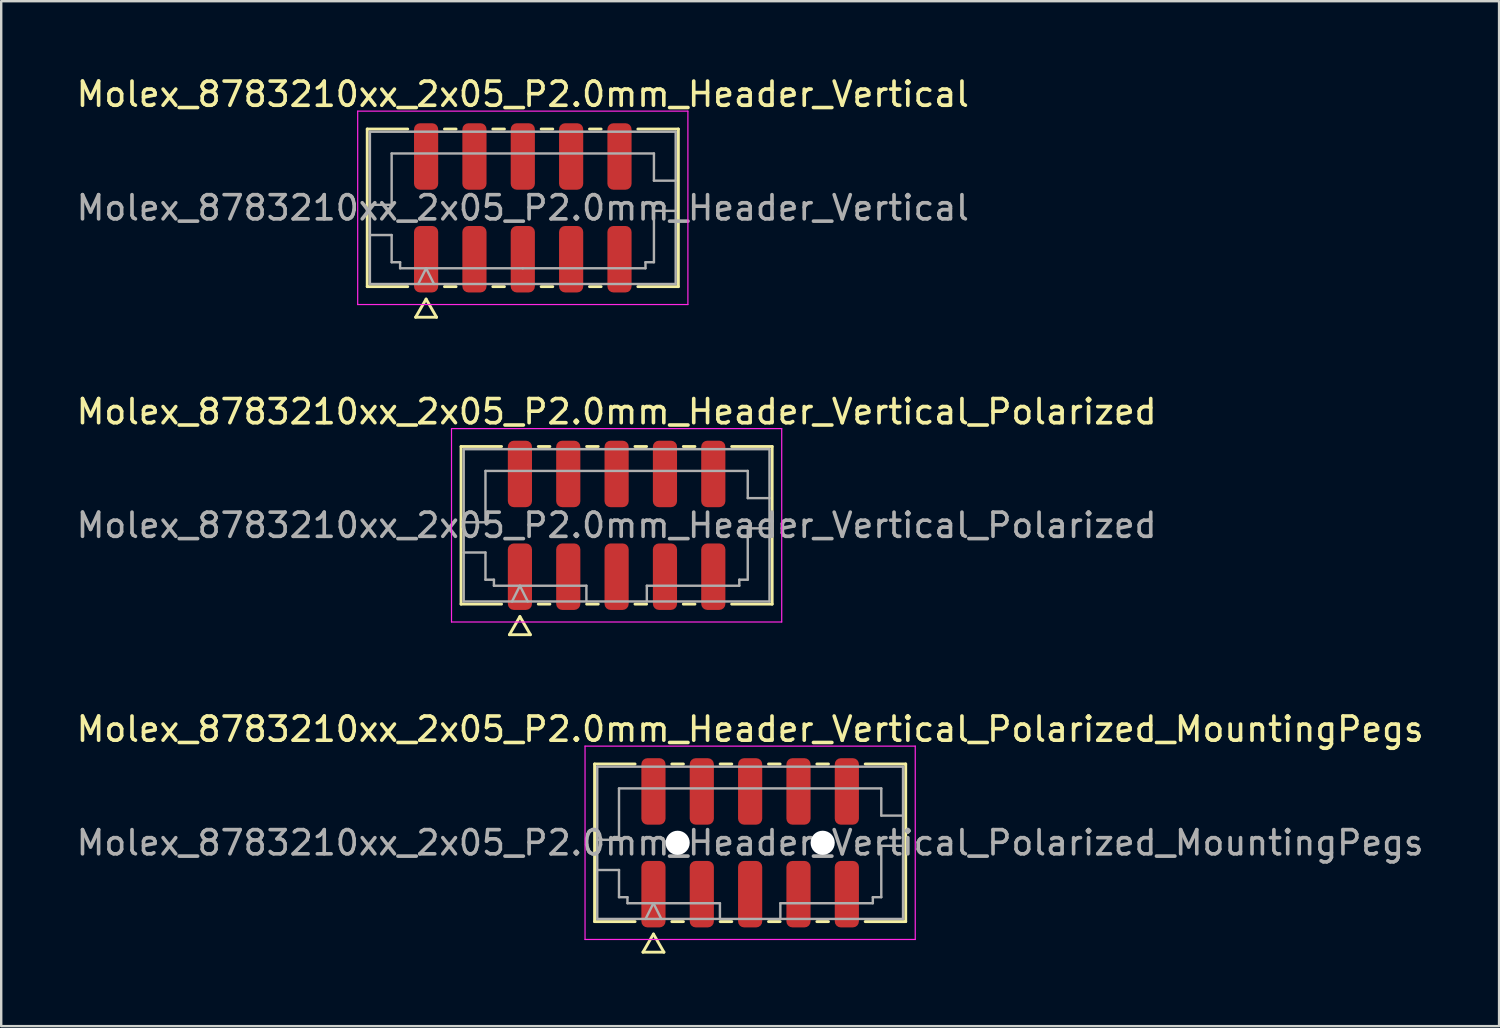
<source format=kicad_pcb>
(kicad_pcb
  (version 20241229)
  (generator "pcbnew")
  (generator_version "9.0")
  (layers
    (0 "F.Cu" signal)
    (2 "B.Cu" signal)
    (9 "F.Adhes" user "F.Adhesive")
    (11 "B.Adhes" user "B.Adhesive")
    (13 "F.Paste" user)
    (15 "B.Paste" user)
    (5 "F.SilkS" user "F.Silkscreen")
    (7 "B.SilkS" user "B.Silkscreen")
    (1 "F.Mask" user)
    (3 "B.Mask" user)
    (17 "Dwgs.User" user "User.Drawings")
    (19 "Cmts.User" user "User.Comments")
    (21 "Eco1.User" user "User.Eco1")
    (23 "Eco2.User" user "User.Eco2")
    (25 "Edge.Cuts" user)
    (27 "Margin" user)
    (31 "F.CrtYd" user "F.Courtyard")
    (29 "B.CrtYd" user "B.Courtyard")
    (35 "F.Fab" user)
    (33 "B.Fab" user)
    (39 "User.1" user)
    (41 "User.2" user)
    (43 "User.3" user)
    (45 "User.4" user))
  (footprint "Molex_8783210xx_2x05_P2.0mm_Header_Vertical_Polarized_MountingPegs"
    (layer "F.Cu")
    (at 27.982 31.815)
    (property "Reference" "Molex_8783210xx_2x05_P2.0mm_Header_Vertical_Polarized_MountingPegs" (at 0 -4.7 0) (layer "F.SilkS") (effects (font (size 1 1) (thickness 0.15))))
    (attr smd)
    (fp_line (start -6.435 -3.26) (end -4.76 -3.26) (stroke (width 0.12) (type solid)) (layer "F.SilkS"))
    (fp_line (start -6.435 3.26) (end -6.435 -3.26) (stroke (width 0.12) (type solid)) (layer "F.SilkS"))
    (fp_line (start -4.76 3.26) (end -6.435 3.26) (stroke (width 0.12) (type solid)) (layer "F.SilkS"))
    (fp_line (start -4.433 4.525) (end -4 3.775) (stroke (width 0.12) (type solid)) (layer "F.SilkS"))
    (fp_line (start -4 3.775) (end -3.567 4.525) (stroke (width 0.12) (type solid)) (layer "F.SilkS"))
    (fp_line (start -3.567 4.525) (end -4.433 4.525) (stroke (width 0.12) (type solid)) (layer "F.SilkS"))
    (fp_line (start -3.24 -3.26) (end -2.76 -3.26) (stroke (width 0.12) (type solid)) (layer "F.SilkS"))
    (fp_line (start -2.76 3.26) (end -3.24 3.26) (stroke (width 0.12) (type solid)) (layer "F.SilkS"))
    (fp_line (start -1.24 -3.26) (end -0.76 -3.26) (stroke (width 0.12) (type solid)) (layer "F.SilkS"))
    (fp_line (start -0.76 3.26) (end -1.24 3.26) (stroke (width 0.12) (type solid)) (layer "F.SilkS"))
    (fp_line (start 0.76 -3.26) (end 1.24 -3.26) (stroke (width 0.12) (type solid)) (layer "F.SilkS"))
    (fp_line (start 1.24 3.26) (end 0.76 3.26) (stroke (width 0.12) (type solid)) (layer "F.SilkS"))
    (fp_line (start 2.76 -3.26) (end 3.24 -3.26) (stroke (width 0.12) (type solid)) (layer "F.SilkS"))
    (fp_line (start 3.24 3.26) (end 2.76 3.26) (stroke (width 0.12) (type solid)) (layer "F.SilkS"))
    (fp_line (start 4.76 -3.26) (end 6.435 -3.26) (stroke (width 0.12) (type solid)) (layer "F.SilkS"))
    (fp_line (start 6.435 -3.26) (end 6.435 3.26) (stroke (width 0.12) (type solid)) (layer "F.SilkS"))
    (fp_line (start 6.435 3.26) (end 4.76 3.26) (stroke (width 0.12) (type solid)) (layer "F.SilkS"))
    (fp_line (start -6.83 -4) (end -6.83 4) (stroke (width 0.05) (type solid)) (layer "F.CrtYd"))
    (fp_line (start -6.83 4) (end 6.83 4) (stroke (width 0.05) (type solid)) (layer "F.CrtYd"))
    (fp_line (start 6.83 -4) (end -6.83 -4) (stroke (width 0.05) (type solid)) (layer "F.CrtYd"))
    (fp_line (start 6.83 4) (end 6.83 -4) (stroke (width 0.05) (type solid)) (layer "F.CrtYd"))
    (fp_line (start -6.325 -3.15) (end 6.325 -3.15) (stroke (width 0.1) (type solid)) (layer "F.Fab"))
    (fp_line (start -6.325 -0.125) (end -5.425 -0.125) (stroke (width 0.1) (type solid)) (layer "F.Fab"))
    (fp_line (start -6.325 1.125) (end -5.425 1.125) (stroke (width 0.1) (type solid)) (layer "F.Fab"))
    (fp_line (start -6.325 3.15) (end -6.325 -3.15) (stroke (width 0.1) (type solid)) (layer "F.Fab"))
    (fp_line (start -5.425 -2.25) (end 5.425 -2.25) (stroke (width 0.1) (type solid)) (layer "F.Fab"))
    (fp_line (start -5.425 -0.125) (end -5.425 -2.25) (stroke (width 0.1) (type solid)) (layer "F.Fab"))
    (fp_line (start -5.425 1.125) (end -5.425 2.25) (stroke (width 0.1) (type solid)) (layer "F.Fab"))
    (fp_line (start -5.425 2.25) (end -5.075 2.25) (stroke (width 0.1) (type solid)) (layer "F.Fab"))
    (fp_line (start -5.075 2.25) (end -5.075 2.5) (stroke (width 0.1) (type solid)) (layer "F.Fab"))
    (fp_line (start -5.075 2.5) (end -1.25 2.5) (stroke (width 0.1) (type solid)) (layer "F.Fab"))
    (fp_line (start -4.325 3.15) (end -4 2.5) (stroke (width 0.1) (type solid)) (layer "F.Fab"))
    (fp_line (start -4 2.5) (end -3.675 3.15) (stroke (width 0.1) (type solid)) (layer "F.Fab"))
    (fp_line (start -1.25 2.5) (end -1.25 3.15) (stroke (width 0.1) (type solid)) (layer "F.Fab"))
    (fp_line (start 1.25 2.5) (end 1.25 3.15) (stroke (width 0.1) (type solid)) (layer "F.Fab"))
    (fp_line (start 1.25 2.5) (end 5.075 2.5) (stroke (width 0.1) (type solid)) (layer "F.Fab"))
    (fp_line (start 5.075 2.25) (end 5.425 2.25) (stroke (width 0.1) (type solid)) (layer "F.Fab"))
    (fp_line (start 5.075 2.5) (end 5.075 2.25) (stroke (width 0.1) (type solid)) (layer "F.Fab"))
    (fp_line (start 5.425 -2.25) (end 5.425 -1.125) (stroke (width 0.1) (type solid)) (layer "F.Fab"))
    (fp_line (start 5.425 -1.125) (end 6.325 -1.125) (stroke (width 0.1) (type solid)) (layer "F.Fab"))
    (fp_line (start 5.425 0.125) (end 6.325 0.125) (stroke (width 0.1) (type solid)) (layer "F.Fab"))
    (fp_line (start 5.425 2.25) (end 5.425 0.125) (stroke (width 0.1) (type solid)) (layer "F.Fab"))
    (fp_line (start 6.325 -3.15) (end 6.325 3.15) (stroke (width 0.1) (type solid)) (layer "F.Fab"))
    (fp_line (start 6.325 3.15) (end -6.325 3.15) (stroke (width 0.1) (type solid)) (layer "F.Fab"))
    (fp_text user "${REFERENCE}" (at 0 0 0) (layer "F.Fab") (effects (font (size 1 1) (thickness 0.15))))
    (pad "" np_thru_hole circle (at -3 0) (size 1 1) (drill 1) (layers "*.Cu" "*.Mask"))
    (pad "" np_thru_hole circle (at 3 0) (size 1 1) (drill 1) (layers "*.Cu" "*.Mask"))
    (pad "1" smd roundrect (at -4 2.125) (size 1 2.75) (layers "F.Cu" "F.Mask" "F.Paste") (roundrect_rratio 0.25))
    (pad "2" smd roundrect (at -4 -2.125) (size 1 2.75) (layers "F.Cu" "F.Mask" "F.Paste") (roundrect_rratio 0.25))
    (pad "3" smd roundrect (at -2 2.125) (size 1 2.75) (layers "F.Cu" "F.Mask" "F.Paste") (roundrect_rratio 0.25))
    (pad "4" smd roundrect (at -2 -2.125) (size 1 2.75) (layers "F.Cu" "F.Mask" "F.Paste") (roundrect_rratio 0.25))
    (pad "5" smd roundrect (at 0 2.125) (size 1 2.75) (layers "F.Cu" "F.Mask" "F.Paste") (roundrect_rratio 0.25))
    (pad "6" smd roundrect (at 0 -2.125) (size 1 2.75) (layers "F.Cu" "F.Mask" "F.Paste") (roundrect_rratio 0.25))
    (pad "7" smd roundrect (at 2 2.125) (size 1 2.75) (layers "F.Cu" "F.Mask" "F.Paste") (roundrect_rratio 0.25))
    (pad "8" smd roundrect (at 2 -2.125) (size 1 2.75) (layers "F.Cu" "F.Mask" "F.Paste") (roundrect_rratio 0.25))
    (pad "9" smd roundrect (at 4 2.125) (size 1 2.75) (layers "F.Cu" "F.Mask" "F.Paste") (roundrect_rratio 0.25))
    (pad "10" smd roundrect (at 4 -2.125) (size 1 2.75) (layers "F.Cu" "F.Mask" "F.Paste") (roundrect_rratio 0.25)))
  (footprint "Molex_8783210xx_2x05_P2.0mm_Header_Vertical"
    (layer "F.Cu")
    (at 18.577 5.548)
    (property "Reference" "Molex_8783210xx_2x05_P2.0mm_Header_Vertical" (at 0 -4.7 0) (layer "F.SilkS") (effects (font (size 1 1) (thickness 0.15))))
    (attr smd)
    (fp_line (start -6.435 -3.26) (end -4.76 -3.26) (stroke (width 0.12) (type solid)) (layer "F.SilkS"))
    (fp_line (start -6.435 3.26) (end -6.435 -3.26) (stroke (width 0.12) (type solid)) (layer "F.SilkS"))
    (fp_line (start -4.76 3.26) (end -6.435 3.26) (stroke (width 0.12) (type solid)) (layer "F.SilkS"))
    (fp_line (start -4.433 4.525) (end -4 3.775) (stroke (width 0.12) (type solid)) (layer "F.SilkS"))
    (fp_line (start -4 3.775) (end -3.567 4.525) (stroke (width 0.12) (type solid)) (layer "F.SilkS"))
    (fp_line (start -3.567 4.525) (end -4.433 4.525) (stroke (width 0.12) (type solid)) (layer "F.SilkS"))
    (fp_line (start -3.24 -3.26) (end -2.76 -3.26) (stroke (width 0.12) (type solid)) (layer "F.SilkS"))
    (fp_line (start -2.76 3.26) (end -3.24 3.26) (stroke (width 0.12) (type solid)) (layer "F.SilkS"))
    (fp_line (start -1.24 -3.26) (end -0.76 -3.26) (stroke (width 0.12) (type solid)) (layer "F.SilkS"))
    (fp_line (start -0.76 3.26) (end -1.24 3.26) (stroke (width 0.12) (type solid)) (layer "F.SilkS"))
    (fp_line (start 0.76 -3.26) (end 1.24 -3.26) (stroke (width 0.12) (type solid)) (layer "F.SilkS"))
    (fp_line (start 1.24 3.26) (end 0.76 3.26) (stroke (width 0.12) (type solid)) (layer "F.SilkS"))
    (fp_line (start 2.76 -3.26) (end 3.24 -3.26) (stroke (width 0.12) (type solid)) (layer "F.SilkS"))
    (fp_line (start 3.24 3.26) (end 2.76 3.26) (stroke (width 0.12) (type solid)) (layer "F.SilkS"))
    (fp_line (start 4.76 -3.26) (end 6.435 -3.26) (stroke (width 0.12) (type solid)) (layer "F.SilkS"))
    (fp_line (start 6.435 -3.26) (end 6.435 3.26) (stroke (width 0.12) (type solid)) (layer "F.SilkS"))
    (fp_line (start 6.435 3.26) (end 4.76 3.26) (stroke (width 0.12) (type solid)) (layer "F.SilkS"))
    (fp_line (start -6.83 -4) (end -6.83 4) (stroke (width 0.05) (type solid)) (layer "F.CrtYd"))
    (fp_line (start -6.83 4) (end 6.83 4) (stroke (width 0.05) (type solid)) (layer "F.CrtYd"))
    (fp_line (start 6.83 -4) (end -6.83 -4) (stroke (width 0.05) (type solid)) (layer "F.CrtYd"))
    (fp_line (start 6.83 4) (end 6.83 -4) (stroke (width 0.05) (type solid)) (layer "F.CrtYd"))
    (fp_line (start -6.325 -3.15) (end 6.325 -3.15) (stroke (width 0.1) (type solid)) (layer "F.Fab"))
    (fp_line (start -6.325 -0.125) (end -5.425 -0.125) (stroke (width 0.1) (type solid)) (layer "F.Fab"))
    (fp_line (start -6.325 1.125) (end -5.425 1.125) (stroke (width 0.1) (type solid)) (layer "F.Fab"))
    (fp_line (start -6.325 3.15) (end -6.325 -3.15) (stroke (width 0.1) (type solid)) (layer "F.Fab"))
    (fp_line (start -5.425 -2.25) (end 5.425 -2.25) (stroke (width 0.1) (type solid)) (layer "F.Fab"))
    (fp_line (start -5.425 -0.125) (end -5.425 -2.25) (stroke (width 0.1) (type solid)) (layer "F.Fab"))
    (fp_line (start -5.425 1.125) (end -5.425 2.25) (stroke (width 0.1) (type solid)) (layer "F.Fab"))
    (fp_line (start -5.425 2.25) (end -5.075 2.25) (stroke (width 0.1) (type solid)) (layer "F.Fab"))
    (fp_line (start -5.075 2.25) (end -5.075 2.5) (stroke (width 0.1) (type solid)) (layer "F.Fab"))
    (fp_line (start -5.075 2.5) (end 0 2.5) (stroke (width 0.1) (type solid)) (layer "F.Fab"))
    (fp_line (start -4.325 3.15) (end -4 2.5) (stroke (width 0.1) (type solid)) (layer "F.Fab"))
    (fp_line (start -4 2.5) (end -3.675 3.15) (stroke (width 0.1) (type solid)) (layer "F.Fab"))
    (fp_line (start 0 2.5) (end 5.075 2.5) (stroke (width 0.1) (type solid)) (layer "F.Fab"))
    (fp_line (start 5.075 2.25) (end 5.425 2.25) (stroke (width 0.1) (type solid)) (layer "F.Fab"))
    (fp_line (start 5.075 2.5) (end 5.075 2.25) (stroke (width 0.1) (type solid)) (layer "F.Fab"))
    (fp_line (start 5.425 -2.25) (end 5.425 -1.125) (stroke (width 0.1) (type solid)) (layer "F.Fab"))
    (fp_line (start 5.425 -1.125) (end 6.325 -1.125) (stroke (width 0.1) (type solid)) (layer "F.Fab"))
    (fp_line (start 5.425 0.125) (end 6.325 0.125) (stroke (width 0.1) (type solid)) (layer "F.Fab"))
    (fp_line (start 5.425 2.25) (end 5.425 0.125) (stroke (width 0.1) (type solid)) (layer "F.Fab"))
    (fp_line (start 6.325 -3.15) (end 6.325 3.15) (stroke (width 0.1) (type solid)) (layer "F.Fab"))
    (fp_line (start 6.325 3.15) (end -6.325 3.15) (stroke (width 0.1) (type solid)) (layer "F.Fab"))
    (fp_text user "${REFERENCE}" (at 0 0 0) (layer "F.Fab") (effects (font (size 1 1) (thickness 0.15))))
    (pad "1" smd roundrect (at -4 2.125) (size 1 2.75) (layers "F.Cu" "F.Mask" "F.Paste") (roundrect_rratio 0.25))
    (pad "2" smd roundrect (at -4 -2.125) (size 1 2.75) (layers "F.Cu" "F.Mask" "F.Paste") (roundrect_rratio 0.25))
    (pad "3" smd roundrect (at -2 2.125) (size 1 2.75) (layers "F.Cu" "F.Mask" "F.Paste") (roundrect_rratio 0.25))
    (pad "4" smd roundrect (at -2 -2.125) (size 1 2.75) (layers "F.Cu" "F.Mask" "F.Paste") (roundrect_rratio 0.25))
    (pad "5" smd roundrect (at 0 2.125) (size 1 2.75) (layers "F.Cu" "F.Mask" "F.Paste") (roundrect_rratio 0.25))
    (pad "6" smd roundrect (at 0 -2.125) (size 1 2.75) (layers "F.Cu" "F.Mask" "F.Paste") (roundrect_rratio 0.25))
    (pad "7" smd roundrect (at 2 2.125) (size 1 2.75) (layers "F.Cu" "F.Mask" "F.Paste") (roundrect_rratio 0.25))
    (pad "8" smd roundrect (at 2 -2.125) (size 1 2.75) (layers "F.Cu" "F.Mask" "F.Paste") (roundrect_rratio 0.25))
    (pad "9" smd roundrect (at 4 2.125) (size 1 2.75) (layers "F.Cu" "F.Mask" "F.Paste") (roundrect_rratio 0.25))
    (pad "10" smd roundrect (at 4 -2.125) (size 1 2.75) (layers "F.Cu" "F.Mask" "F.Paste") (roundrect_rratio 0.25)))
  (footprint "Molex_8783210xx_2x05_P2.0mm_Header_Vertical_Polarized"
    (layer "F.Cu")
    (at 22.458 18.681)
    (property "Reference" "Molex_8783210xx_2x05_P2.0mm_Header_Vertical_Polarized" (at 0 -4.7 0) (layer "F.SilkS") (effects (font (size 1 1) (thickness 0.15))))
    (attr smd)
    (fp_line (start -6.435 -3.26) (end -4.76 -3.26) (stroke (width 0.12) (type solid)) (layer "F.SilkS"))
    (fp_line (start -6.435 3.26) (end -6.435 -3.26) (stroke (width 0.12) (type solid)) (layer "F.SilkS"))
    (fp_line (start -4.76 3.26) (end -6.435 3.26) (stroke (width 0.12) (type solid)) (layer "F.SilkS"))
    (fp_line (start -4.433 4.525) (end -4 3.775) (stroke (width 0.12) (type solid)) (layer "F.SilkS"))
    (fp_line (start -4 3.775) (end -3.567 4.525) (stroke (width 0.12) (type solid)) (layer "F.SilkS"))
    (fp_line (start -3.567 4.525) (end -4.433 4.525) (stroke (width 0.12) (type solid)) (layer "F.SilkS"))
    (fp_line (start -3.24 -3.26) (end -2.76 -3.26) (stroke (width 0.12) (type solid)) (layer "F.SilkS"))
    (fp_line (start -2.76 3.26) (end -3.24 3.26) (stroke (width 0.12) (type solid)) (layer "F.SilkS"))
    (fp_line (start -1.24 -3.26) (end -0.76 -3.26) (stroke (width 0.12) (type solid)) (layer "F.SilkS"))
    (fp_line (start -0.76 3.26) (end -1.24 3.26) (stroke (width 0.12) (type solid)) (layer "F.SilkS"))
    (fp_line (start 0.76 -3.26) (end 1.24 -3.26) (stroke (width 0.12) (type solid)) (layer "F.SilkS"))
    (fp_line (start 1.24 3.26) (end 0.76 3.26) (stroke (width 0.12) (type solid)) (layer "F.SilkS"))
    (fp_line (start 2.76 -3.26) (end 3.24 -3.26) (stroke (width 0.12) (type solid)) (layer "F.SilkS"))
    (fp_line (start 3.24 3.26) (end 2.76 3.26) (stroke (width 0.12) (type solid)) (layer "F.SilkS"))
    (fp_line (start 4.76 -3.26) (end 6.435 -3.26) (stroke (width 0.12) (type solid)) (layer "F.SilkS"))
    (fp_line (start 6.435 -3.26) (end 6.435 3.26) (stroke (width 0.12) (type solid)) (layer "F.SilkS"))
    (fp_line (start 6.435 3.26) (end 4.76 3.26) (stroke (width 0.12) (type solid)) (layer "F.SilkS"))
    (fp_line (start -6.83 -4) (end -6.83 4) (stroke (width 0.05) (type solid)) (layer "F.CrtYd"))
    (fp_line (start -6.83 4) (end 6.83 4) (stroke (width 0.05) (type solid)) (layer "F.CrtYd"))
    (fp_line (start 6.83 -4) (end -6.83 -4) (stroke (width 0.05) (type solid)) (layer "F.CrtYd"))
    (fp_line (start 6.83 4) (end 6.83 -4) (stroke (width 0.05) (type solid)) (layer "F.CrtYd"))
    (fp_line (start -6.325 -3.15) (end 6.325 -3.15) (stroke (width 0.1) (type solid)) (layer "F.Fab"))
    (fp_line (start -6.325 -0.125) (end -5.425 -0.125) (stroke (width 0.1) (type solid)) (layer "F.Fab"))
    (fp_line (start -6.325 1.125) (end -5.425 1.125) (stroke (width 0.1) (type solid)) (layer "F.Fab"))
    (fp_line (start -6.325 3.15) (end -6.325 -3.15) (stroke (width 0.1) (type solid)) (layer "F.Fab"))
    (fp_line (start -5.425 -2.25) (end 5.425 -2.25) (stroke (width 0.1) (type solid)) (layer "F.Fab"))
    (fp_line (start -5.425 -0.125) (end -5.425 -2.25) (stroke (width 0.1) (type solid)) (layer "F.Fab"))
    (fp_line (start -5.425 1.125) (end -5.425 2.25) (stroke (width 0.1) (type solid)) (layer "F.Fab"))
    (fp_line (start -5.425 2.25) (end -5.075 2.25) (stroke (width 0.1) (type solid)) (layer "F.Fab"))
    (fp_line (start -5.075 2.25) (end -5.075 2.5) (stroke (width 0.1) (type solid)) (layer "F.Fab"))
    (fp_line (start -5.075 2.5) (end -1.25 2.5) (stroke (width 0.1) (type solid)) (layer "F.Fab"))
    (fp_line (start -4.325 3.15) (end -4 2.5) (stroke (width 0.1) (type solid)) (layer "F.Fab"))
    (fp_line (start -4 2.5) (end -3.675 3.15) (stroke (width 0.1) (type solid)) (layer "F.Fab"))
    (fp_line (start -1.25 2.5) (end -1.25 3.15) (stroke (width 0.1) (type solid)) (layer "F.Fab"))
    (fp_line (start 1.25 2.5) (end 1.25 3.15) (stroke (width 0.1) (type solid)) (layer "F.Fab"))
    (fp_line (start 1.25 2.5) (end 5.075 2.5) (stroke (width 0.1) (type solid)) (layer "F.Fab"))
    (fp_line (start 5.075 2.25) (end 5.425 2.25) (stroke (width 0.1) (type solid)) (layer "F.Fab"))
    (fp_line (start 5.075 2.5) (end 5.075 2.25) (stroke (width 0.1) (type solid)) (layer "F.Fab"))
    (fp_line (start 5.425 -2.25) (end 5.425 -1.125) (stroke (width 0.1) (type solid)) (layer "F.Fab"))
    (fp_line (start 5.425 -1.125) (end 6.325 -1.125) (stroke (width 0.1) (type solid)) (layer "F.Fab"))
    (fp_line (start 5.425 0.125) (end 6.325 0.125) (stroke (width 0.1) (type solid)) (layer "F.Fab"))
    (fp_line (start 5.425 2.25) (end 5.425 0.125) (stroke (width 0.1) (type solid)) (layer "F.Fab"))
    (fp_line (start 6.325 -3.15) (end 6.325 3.15) (stroke (width 0.1) (type solid)) (layer "F.Fab"))
    (fp_line (start 6.325 3.15) (end -6.325 3.15) (stroke (width 0.1) (type solid)) (layer "F.Fab"))
    (fp_text user "${REFERENCE}" (at 0 0 0) (layer "F.Fab") (effects (font (size 1 1) (thickness 0.15))))
    (pad "1" smd roundrect (at -4 2.125) (size 1 2.75) (layers "F.Cu" "F.Mask" "F.Paste") (roundrect_rratio 0.25))
    (pad "2" smd roundrect (at -4 -2.125) (size 1 2.75) (layers "F.Cu" "F.Mask" "F.Paste") (roundrect_rratio 0.25))
    (pad "3" smd roundrect (at -2 2.125) (size 1 2.75) (layers "F.Cu" "F.Mask" "F.Paste") (roundrect_rratio 0.25))
    (pad "4" smd roundrect (at -2 -2.125) (size 1 2.75) (layers "F.Cu" "F.Mask" "F.Paste") (roundrect_rratio 0.25))
    (pad "5" smd roundrect (at 0 2.125) (size 1 2.75) (layers "F.Cu" "F.Mask" "F.Paste") (roundrect_rratio 0.25))
    (pad "6" smd roundrect (at 0 -2.125) (size 1 2.75) (layers "F.Cu" "F.Mask" "F.Paste") (roundrect_rratio 0.25))
    (pad "7" smd roundrect (at 2 2.125) (size 1 2.75) (layers "F.Cu" "F.Mask" "F.Paste") (roundrect_rratio 0.25))
    (pad "8" smd roundrect (at 2 -2.125) (size 1 2.75) (layers "F.Cu" "F.Mask" "F.Paste") (roundrect_rratio 0.25))
    (pad "9" smd roundrect (at 4 2.125) (size 1 2.75) (layers "F.Cu" "F.Mask" "F.Paste") (roundrect_rratio 0.25))
    (pad "10" smd roundrect (at 4 -2.125) (size 1 2.75) (layers "F.Cu" "F.Mask" "F.Paste") (roundrect_rratio 0.25)))
  (gr_rect
    (start -3 -3)
    (end 58.964 39.4)
    (stroke (width 0.1) (type default))
    (fill no)
    (layer "Edge.Cuts")))
</source>
